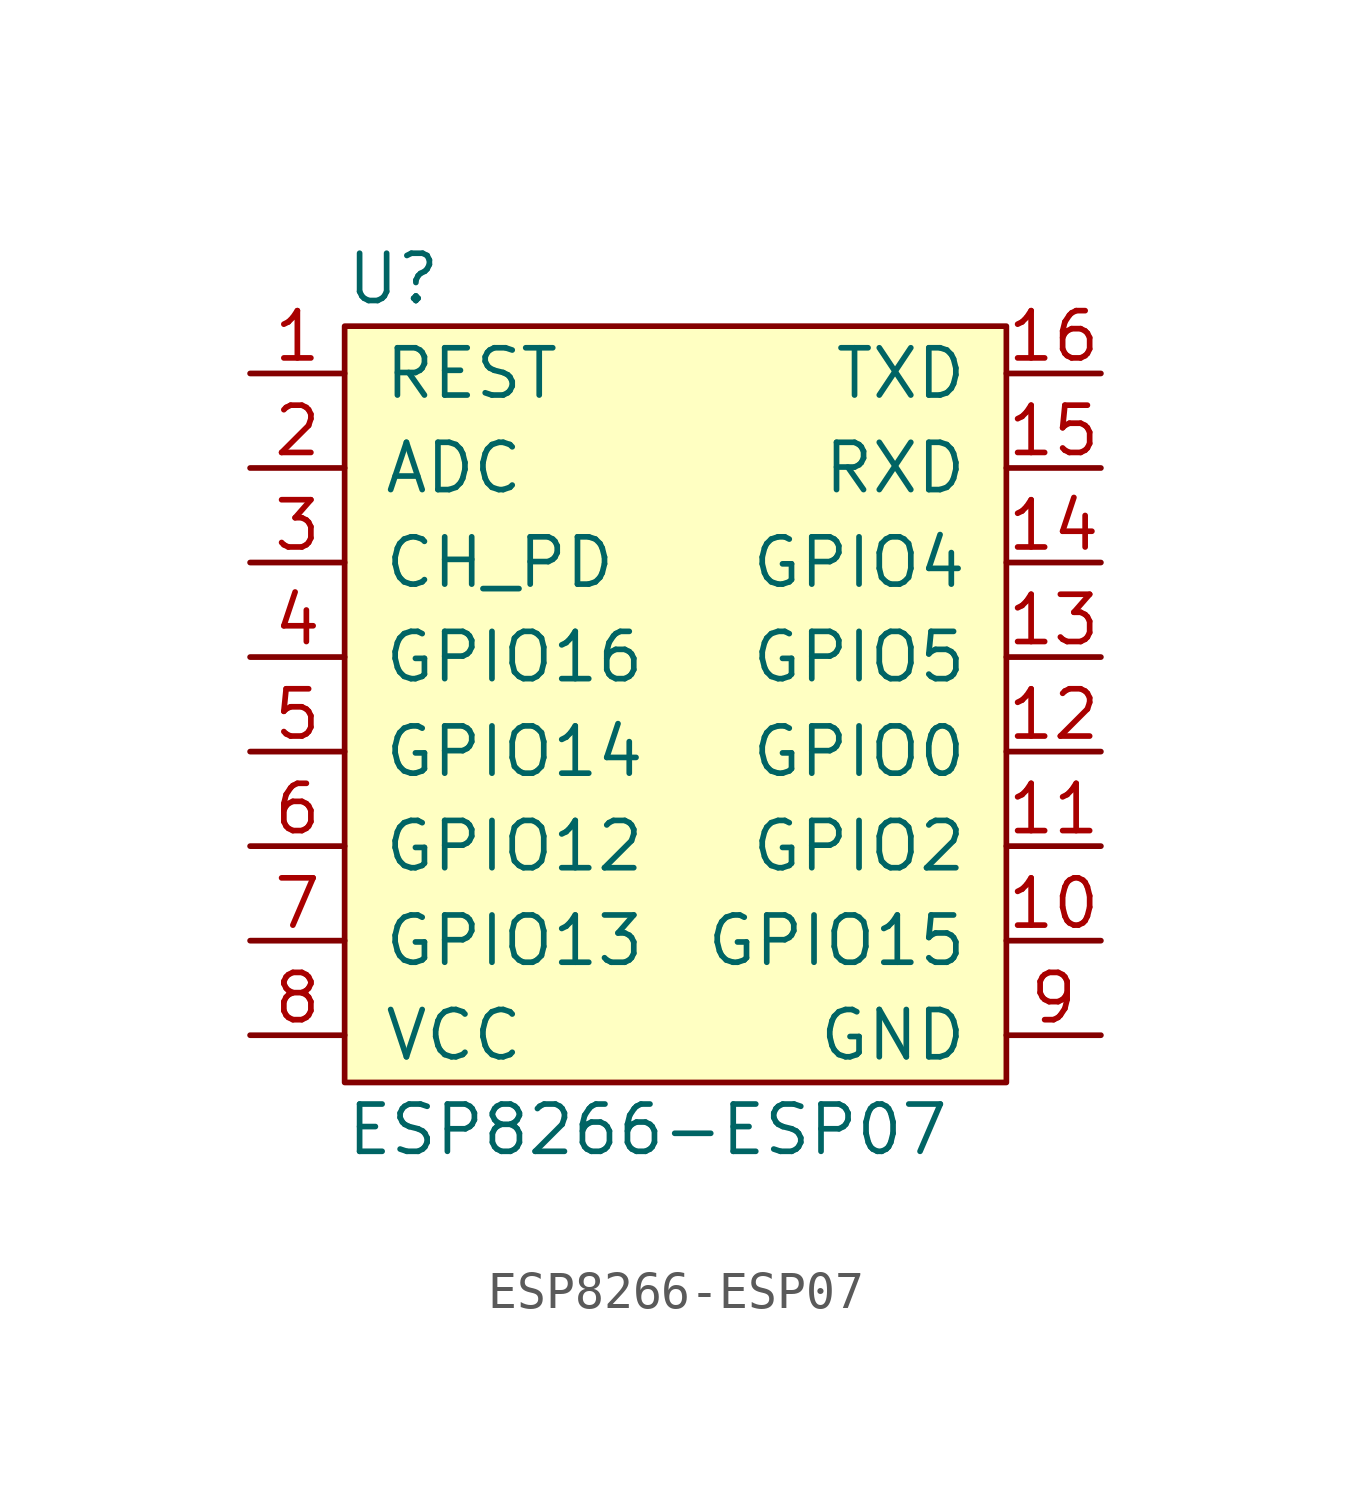
<source format=kicad_sym>
(kicad_symbol_lib
  (version 20211014)
  (generator kicad_symbol_editor)
  (symbol "ESP8266-ESP07"
    (pin_names
      (offset 1.016))
    (property "Reference" "U"
      (at -7.62 12.7 0)
      (effects (font (size 1.27 1.27)) (justify left)))
    (property "Value" "ESP8266-ESP07"
      (at -7.62 -10.16 0)
      (effects (font (size 1.27 1.27)) (justify left)))
    (symbol "ESP8266-ESP07_0_1"
      (rectangle (start -7.62 11.43) (end 10.16 -8.89) (stroke (width 0) (type default) (color 0 0 0 0)) (fill (type background))))
    (symbol "ESP8266-ESP07_1_1"
      (pin input line (at -10.16 10.16 0) (length 2.54) (name "REST" (effects (font (size 1.27 1.27)))) (number "1" (effects (font (size 1.27 1.27)))))
      (pin bidirectional line (at 12.7 -5.08 180) (length 2.54) (name "GPIO15" (effects (font (size 1.27 1.27)))) (number "10" (effects (font (size 1.27 1.27)))))
      (pin bidirectional line (at 12.7 -2.54 180) (length 2.54) (name "GPIO2" (effects (font (size 1.27 1.27)))) (number "11" (effects (font (size 1.27 1.27)))))
      (pin bidirectional line (at 12.7 0 180) (length 2.54) (name "GPIO0" (effects (font (size 1.27 1.27)))) (number "12" (effects (font (size 1.27 1.27)))))
      (pin bidirectional line (at 12.7 2.54 180) (length 2.54) (name "GPIO5" (effects (font (size 1.27 1.27)))) (number "13" (effects (font (size 1.27 1.27)))))
      (pin bidirectional line (at 12.7 5.08 180) (length 2.54) (name "GPIO4" (effects (font (size 1.27 1.27)))) (number "14" (effects (font (size 1.27 1.27)))))
      (pin input line (at 12.7 7.62 180) (length 2.54) (name "RXD" (effects (font (size 1.27 1.27)))) (number "15" (effects (font (size 1.27 1.27)))))
      (pin output line (at 12.7 10.16 180) (length 2.54) (name "TXD" (effects (font (size 1.27 1.27)))) (number "16" (effects (font (size 1.27 1.27)))))
      (pin input line (at -10.16 7.62 0) (length 2.54) (name "ADC" (effects (font (size 1.27 1.27)))) (number "2" (effects (font (size 1.27 1.27)))))
      (pin input line (at -10.16 5.08 0) (length 2.54) (name "CH_PD" (effects (font (size 1.27 1.27)))) (number "3" (effects (font (size 1.27 1.27)))))
      (pin bidirectional line (at -10.16 2.54 0) (length 2.54) (name "GPIO16" (effects (font (size 1.27 1.27)))) (number "4" (effects (font (size 1.27 1.27)))))
      (pin bidirectional line (at -10.16 0 0) (length 2.54) (name "GPIO14" (effects (font (size 1.27 1.27)))) (number "5" (effects (font (size 1.27 1.27)))))
      (pin bidirectional line (at -10.16 -2.54 0) (length 2.54) (name "GPIO12" (effects (font (size 1.27 1.27)))) (number "6" (effects (font (size 1.27 1.27)))))
      (pin bidirectional line (at -10.16 -5.08 0) (length 2.54) (name "GPIO13" (effects (font (size 1.27 1.27)))) (number "7" (effects (font (size 1.27 1.27)))))
      (pin power_in line (at -10.16 -7.62 0) (length 2.54) (name "VCC" (effects (font (size 1.27 1.27)))) (number "8" (effects (font (size 1.27 1.27)))))
      (pin power_in line (at 12.7 -7.62 180) (length 2.54) (name "GND" (effects (font (size 1.27 1.27)))) (number "9" (effects (font (size 1.27 1.27))))))))
</source>
